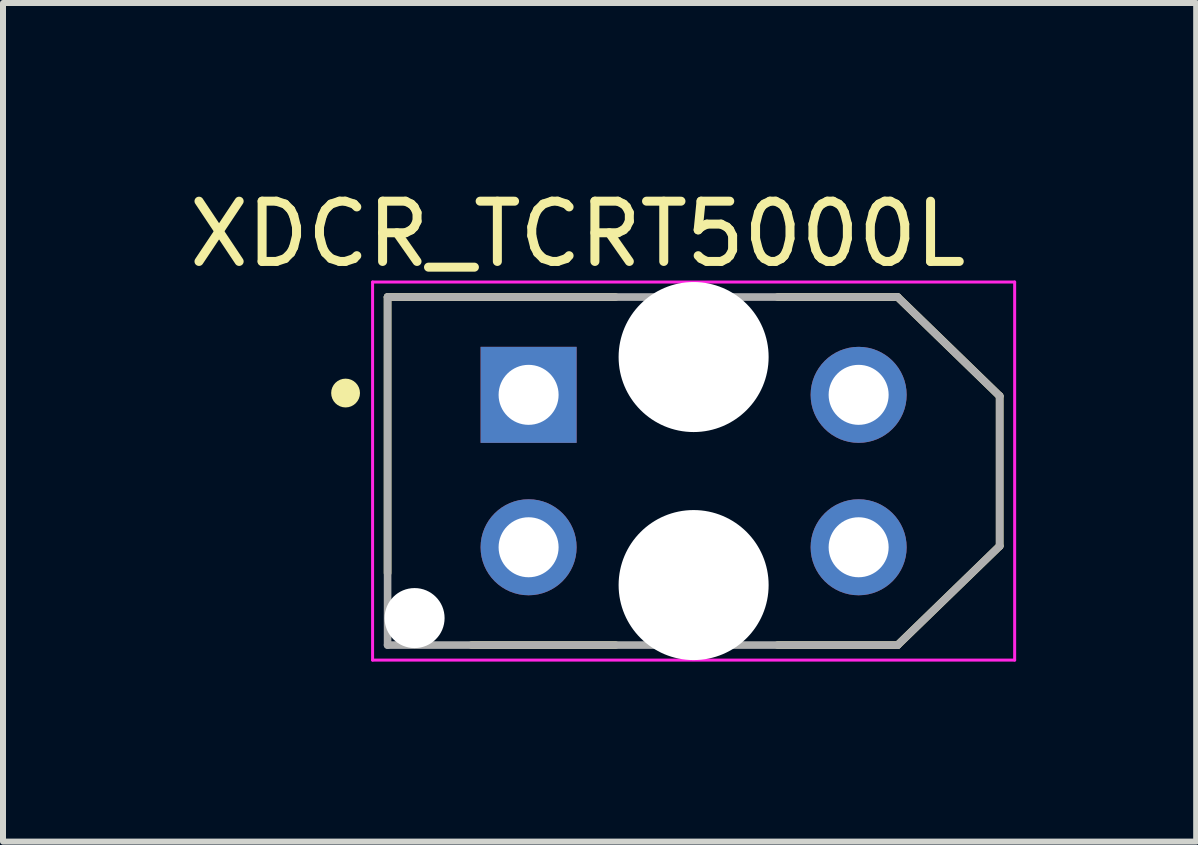
<source format=kicad_pcb>
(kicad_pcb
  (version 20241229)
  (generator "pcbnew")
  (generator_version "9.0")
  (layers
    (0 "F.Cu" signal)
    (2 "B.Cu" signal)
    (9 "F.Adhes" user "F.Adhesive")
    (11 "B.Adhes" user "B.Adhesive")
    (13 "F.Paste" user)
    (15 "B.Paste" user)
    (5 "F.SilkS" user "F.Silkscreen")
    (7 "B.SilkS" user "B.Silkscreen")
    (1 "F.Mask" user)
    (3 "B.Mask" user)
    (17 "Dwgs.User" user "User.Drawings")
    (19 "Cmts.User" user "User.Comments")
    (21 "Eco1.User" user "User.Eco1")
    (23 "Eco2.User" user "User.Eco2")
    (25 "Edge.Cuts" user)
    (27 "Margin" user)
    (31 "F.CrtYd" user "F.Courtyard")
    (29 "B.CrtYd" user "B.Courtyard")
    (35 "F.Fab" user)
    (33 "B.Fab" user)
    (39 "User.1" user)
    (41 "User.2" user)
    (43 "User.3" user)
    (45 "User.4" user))
  (footprint "XDCR_TCRT5000L"
    (layer "F.Cu")
    (at 8.509 4.8)
    (property "Reference" "XDCR_TCRT5000L" (at -1.932 -3.95 0) (layer "F.SilkS") (effects (font (size 1.004 1.004) (thickness 0.15))))
    (attr through_hole)
    (fp_line (start -5.1 -2.9) (end -1.3 -2.9) (stroke (width 0.127) (type solid)) (layer "F.SilkS"))
    (fp_line (start -5.1 1.7) (end -5.1 -2.9) (stroke (width 0.127) (type solid)) (layer "F.SilkS"))
    (fp_line (start -1.3 2.9) (end -3.7 2.9) (stroke (width 0.127) (type solid)) (layer "F.SilkS"))
    (fp_line (start 1.4 -2.9) (end 3.4 -2.9) (stroke (width 0.127) (type solid)) (layer "F.SilkS"))
    (fp_line (start 3.4 -2.9) (end 5.1 -1.25) (stroke (width 0.127) (type solid)) (layer "F.SilkS"))
    (fp_line (start 3.4 2.9) (end 1.4 2.9) (stroke (width 0.127) (type solid)) (layer "F.SilkS"))
    (fp_line (start 5.1 -1.25) (end 5.1 1.25) (stroke (width 0.127) (type solid)) (layer "F.SilkS"))
    (fp_line (start 5.1 1.25) (end 3.4 2.9) (stroke (width 0.127) (type solid)) (layer "F.SilkS"))
    (fp_circle (center -5.8 -1.3) (end -5.68 -1.3) (stroke (width 0.24) (type solid)) (fill no) (layer "F.SilkS"))
    (fp_line (start -5.35 -3.15) (end 5.35 -3.15) (stroke (width 0.05) (type solid)) (layer "F.CrtYd"))
    (fp_line (start -5.35 3.15) (end -5.35 -3.15) (stroke (width 0.05) (type solid)) (layer "F.CrtYd"))
    (fp_line (start 5.35 -3.15) (end 5.35 3.15) (stroke (width 0.05) (type solid)) (layer "F.CrtYd"))
    (fp_line (start 5.35 3.15) (end -5.35 3.15) (stroke (width 0.05) (type solid)) (layer "F.CrtYd"))
    (fp_line (start -5.1 -2.9) (end 3.4 -2.9) (stroke (width 0.127) (type solid)) (layer "F.Fab"))
    (fp_line (start -5.1 2.9) (end -5.1 -2.9) (stroke (width 0.127) (type solid)) (layer "F.Fab"))
    (fp_line (start 3.4 -2.9) (end 5.1 -1.25) (stroke (width 0.127) (type solid)) (layer "F.Fab"))
    (fp_line (start 3.4 2.9) (end -5.1 2.9) (stroke (width 0.127) (type solid)) (layer "F.Fab"))
    (fp_line (start 5.1 -1.25) (end 5.1 1.25) (stroke (width 0.127) (type solid)) (layer "F.Fab"))
    (fp_line (start 5.1 1.25) (end 3.4 2.9) (stroke (width 0.127) (type solid)) (layer "F.Fab"))
    (pad "" np_thru_hole circle (at -4.65 2.45) (size 1 1) (drill 1) (layers "*.Cu" "*.Mask"))
    (pad "" np_thru_hole circle (at 0 -1.9) (size 2.5 2.5) (drill 2.5) (layers "*.Cu" "*.Mask"))
    (pad "" np_thru_hole circle (at 0 1.9) (size 2.5 2.5) (drill 2.5) (layers "*.Cu" "*.Mask"))
    (pad "1" thru_hole rect (at -2.75 -1.27) (size 1.6 1.6) (drill 1) (layers "*.Cu" "*.Mask"))
    (pad "2" thru_hole circle (at -2.75 1.27) (size 1.6 1.6) (drill 1) (layers "*.Cu" "*.Mask"))
    (pad "3" thru_hole circle (at 2.75 1.27) (size 1.6 1.6) (drill 1) (layers "*.Cu" "*.Mask"))
    (pad "4" thru_hole circle (at 2.75 -1.27) (size 1.6 1.6) (drill 1) (layers "*.Cu" "*.Mask")))
  (gr_rect
    (start -3 -3)
    (end 16.884 10.975)
    (stroke (width 0.1) (type default))
    (fill no)
    (layer "Edge.Cuts")))
</source>
